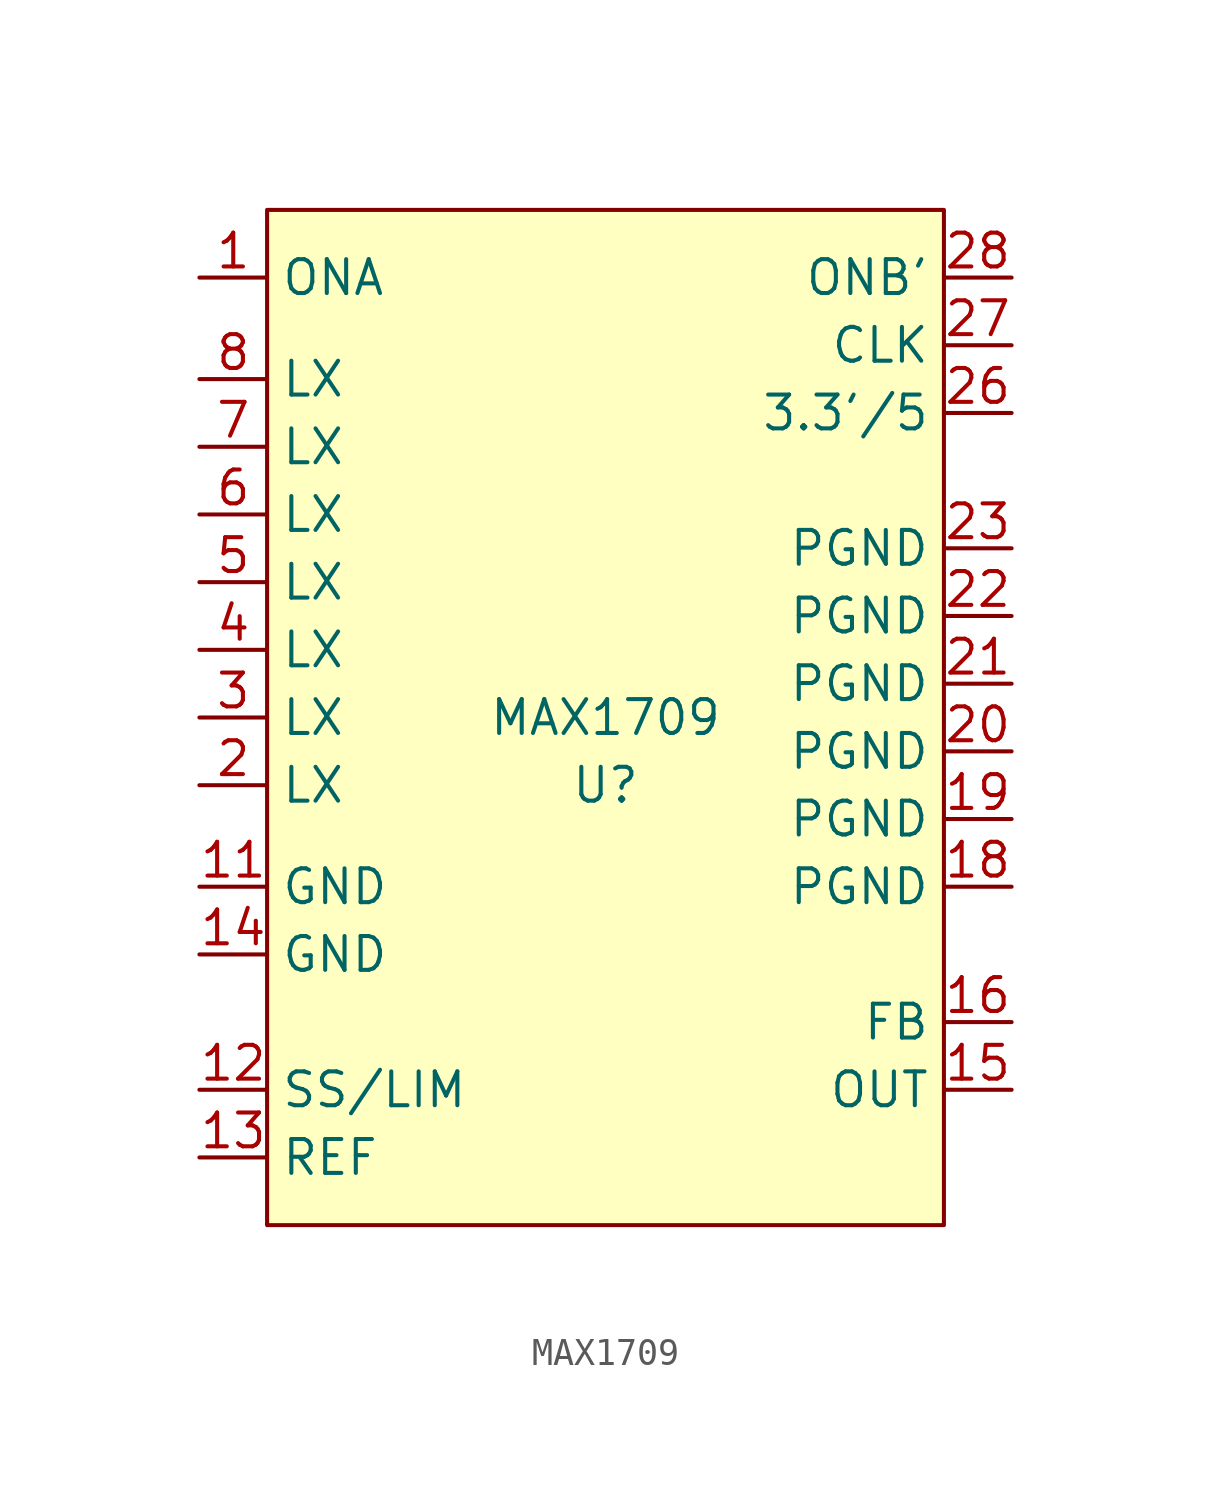
<source format=kicad_sym>
(kicad_symbol_lib
  (version 20210619)
  (generator kicad_symbol_editor)
  (symbol "New_Library:MAX1709"
    (property "Reference" "U"
      (at 0 0 0)
      (effects (font (size 1.27 1.27))))
    (property "Value" "MAX1709"
      (at 0 2.54 0)
      (effects (font (size 1.27 1.27))))
    (symbol "MAX1709_0_1"
      (rectangle (start -12.7 21.59) (end 12.7 -16.51) (stroke (width 0.152)) (fill (type background))))
    (symbol "MAX1709_1_1"
      (pin input line (at -15.24 19.05 0) (length 2.54) (name "ONA" (effects (font (size 1.27 1.27)))) (number "1" (effects (font (size 1.27 1.27)))))
      (pin input line (at -15.24 -3.81 0) (length 2.54) (name "GND" (effects (font (size 1.27 1.27)))) (number "11" (effects (font (size 1.27 1.27)))))
      (pin input line (at -15.24 -11.43 0) (length 2.54) (name "SS/LIM" (effects (font (size 1.27 1.27)))) (number "12" (effects (font (size 1.27 1.27)))))
      (pin input line (at -15.24 -13.97 0) (length 2.54) (name "REF" (effects (font (size 1.27 1.27)))) (number "13" (effects (font (size 1.27 1.27)))))
      (pin input line (at -15.24 -6.35 0) (length 2.54) (name "GND" (effects (font (size 1.27 1.27)))) (number "14" (effects (font (size 1.27 1.27)))))
      (pin input line (at 15.24 -11.43 180) (length 2.54) (name "OUT" (effects (font (size 1.27 1.27)))) (number "15" (effects (font (size 1.27 1.27)))))
      (pin input line (at 15.24 -8.89 180) (length 2.54) (name "FB" (effects (font (size 1.27 1.27)))) (number "16" (effects (font (size 1.27 1.27)))))
      (pin input line (at 15.24 -3.81 180) (length 2.54) (name "PGND" (effects (font (size 1.27 1.27)))) (number "18" (effects (font (size 1.27 1.27)))))
      (pin input line (at 15.24 -1.27 180) (length 2.54) (name "PGND" (effects (font (size 1.27 1.27)))) (number "19" (effects (font (size 1.27 1.27)))))
      (pin input line (at -15.24 0 0) (length 2.54) (name "LX" (effects (font (size 1.27 1.27)))) (number "2" (effects (font (size 1.27 1.27)))))
      (pin input line (at 15.24 1.27 180) (length 2.54) (name "PGND" (effects (font (size 1.27 1.27)))) (number "20" (effects (font (size 1.27 1.27)))))
      (pin input line (at 15.24 3.81 180) (length 2.54) (name "PGND" (effects (font (size 1.27 1.27)))) (number "21" (effects (font (size 1.27 1.27)))))
      (pin input line (at 15.24 6.35 180) (length 2.54) (name "PGND" (effects (font (size 1.27 1.27)))) (number "22" (effects (font (size 1.27 1.27)))))
      (pin input line (at 15.24 8.89 180) (length 2.54) (name "PGND" (effects (font (size 1.27 1.27)))) (number "23" (effects (font (size 1.27 1.27)))))
      (pin input line (at 15.24 13.97 180) (length 2.54) (name "3.3'/5" (effects (font (size 1.27 1.27)))) (number "26" (effects (font (size 1.27 1.27)))))
      (pin input line (at 15.24 16.51 180) (length 2.54) (name "CLK" (effects (font (size 1.27 1.27)))) (number "27" (effects (font (size 1.27 1.27)))))
      (pin input line (at 15.24 19.05 180) (length 2.54) (name "ONB'" (effects (font (size 1.27 1.27)))) (number "28" (effects (font (size 1.27 1.27)))))
      (pin input line (at -15.24 2.54 0) (length 2.54) (name "LX" (effects (font (size 1.27 1.27)))) (number "3" (effects (font (size 1.27 1.27)))))
      (pin input line (at -15.24 5.08 0) (length 2.54) (name "LX" (effects (font (size 1.27 1.27)))) (number "4" (effects (font (size 1.27 1.27)))))
      (pin input line (at -15.24 7.62 0) (length 2.54) (name "LX" (effects (font (size 1.27 1.27)))) (number "5" (effects (font (size 1.27 1.27)))))
      (pin input line (at -15.24 10.16 0) (length 2.54) (name "LX" (effects (font (size 1.27 1.27)))) (number "6" (effects (font (size 1.27 1.27)))))
      (pin input line (at -15.24 12.7 0) (length 2.54) (name "LX" (effects (font (size 1.27 1.27)))) (number "7" (effects (font (size 1.27 1.27)))))
      (pin input line (at -15.24 15.24 0) (length 2.54) (name "LX" (effects (font (size 1.27 1.27)))) (number "8" (effects (font (size 1.27 1.27))))))))
</source>
